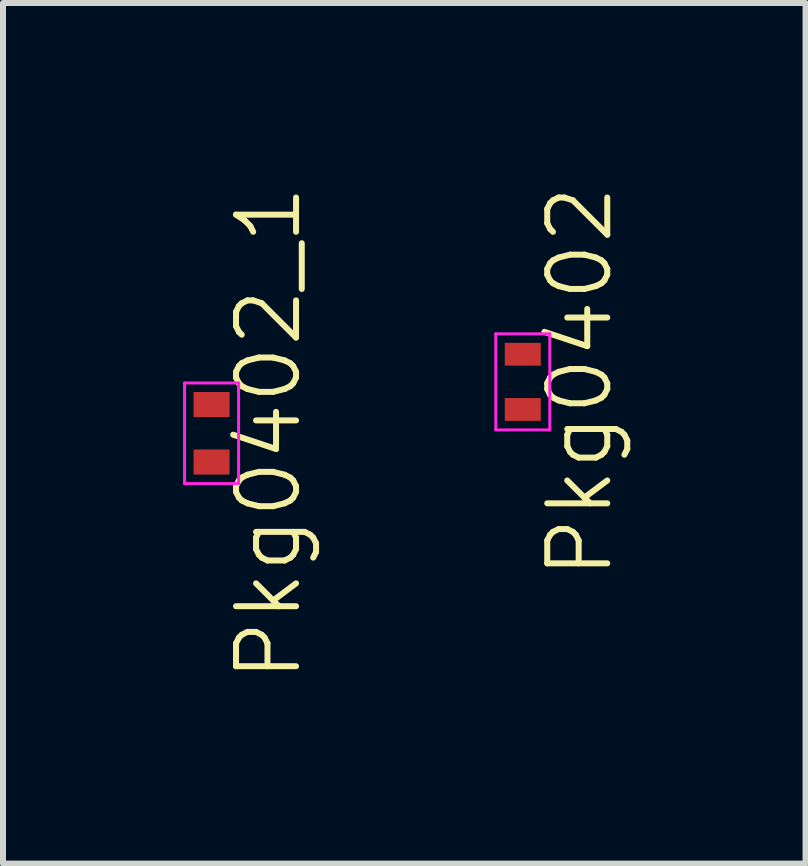
<source format=kicad_pcb>
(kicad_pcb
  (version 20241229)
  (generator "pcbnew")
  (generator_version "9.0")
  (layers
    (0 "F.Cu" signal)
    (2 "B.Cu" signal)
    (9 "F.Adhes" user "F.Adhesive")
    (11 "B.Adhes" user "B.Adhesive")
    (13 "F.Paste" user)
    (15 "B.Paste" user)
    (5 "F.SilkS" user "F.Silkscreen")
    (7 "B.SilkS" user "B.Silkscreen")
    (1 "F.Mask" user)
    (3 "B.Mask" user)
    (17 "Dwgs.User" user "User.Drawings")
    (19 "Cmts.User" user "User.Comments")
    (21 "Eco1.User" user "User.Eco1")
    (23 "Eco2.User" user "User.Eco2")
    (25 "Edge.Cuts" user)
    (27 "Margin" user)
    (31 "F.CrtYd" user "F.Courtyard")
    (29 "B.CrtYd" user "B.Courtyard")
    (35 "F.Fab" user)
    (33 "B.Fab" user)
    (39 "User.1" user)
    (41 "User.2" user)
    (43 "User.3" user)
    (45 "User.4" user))
  (footprint "Pkg0402"
    (layer "F.Cu")
    (at 5.66 3.312)
    (property "Reference" "Pkg0402" (at 0.95 0 90) (layer "F.SilkS") (effects (font (size 1 1) (thickness 0.1))))
    (fp_line (start -0.45 -0.8) (end -0.45 0.8) (stroke (width 0.05) (type solid)) (layer "F.CrtYd"))
    (fp_line (start -0.45 0.8) (end 0.45 0.8) (stroke (width 0.05) (type solid)) (layer "F.CrtYd"))
    (fp_line (start 0.45 -0.8) (end -0.45 -0.8) (stroke (width 0.05) (type solid)) (layer "F.CrtYd"))
    (fp_line (start 0.45 0.8) (end 0.45 -0.8) (stroke (width 0.05) (type solid)) (layer "F.CrtYd"))
    (pad "1" smd rect (at 0 -0.46) (size 0.6 0.38) (layers "F.Cu" "F.Mask" "F.Paste"))
    (pad "2" smd rect (at 0 0.46) (size 0.6 0.38) (layers "F.Cu" "F.Mask" "F.Paste")))
  (footprint "Pkg0402_1"
    (layer "F.Cu")
    (at 0.475 4.169)
    (property "Reference" "Pkg0402_1" (at 0.95 0 90) (layer "F.SilkS") (effects (font (size 1 1) (thickness 0.1))))
    (fp_line (start -0.45 -0.838) (end -0.45 0.838) (stroke (width 0.05) (type solid)) (layer "F.CrtYd"))
    (fp_line (start -0.45 0.838) (end 0.45 0.838) (stroke (width 0.05) (type solid)) (layer "F.CrtYd"))
    (fp_line (start 0.45 -0.838) (end -0.45 -0.838) (stroke (width 0.05) (type solid)) (layer "F.CrtYd"))
    (fp_line (start 0.45 0.838) (end 0.45 -0.838) (stroke (width 0.05) (type solid)) (layer "F.CrtYd"))
    (pad "1" smd rect (at 0 -0.479) (size 0.6 0.418) (layers "F.Cu" "F.Mask" "F.Paste"))
    (pad "2" smd rect (at 0 0.479) (size 0.6 0.418) (layers "F.Cu" "F.Mask" "F.Paste")))
  (gr_rect
    (start -3 -3)
    (end 10.371 11.338)
    (stroke (width 0.1) (type default))
    (fill no)
    (layer "Edge.Cuts")))
</source>
